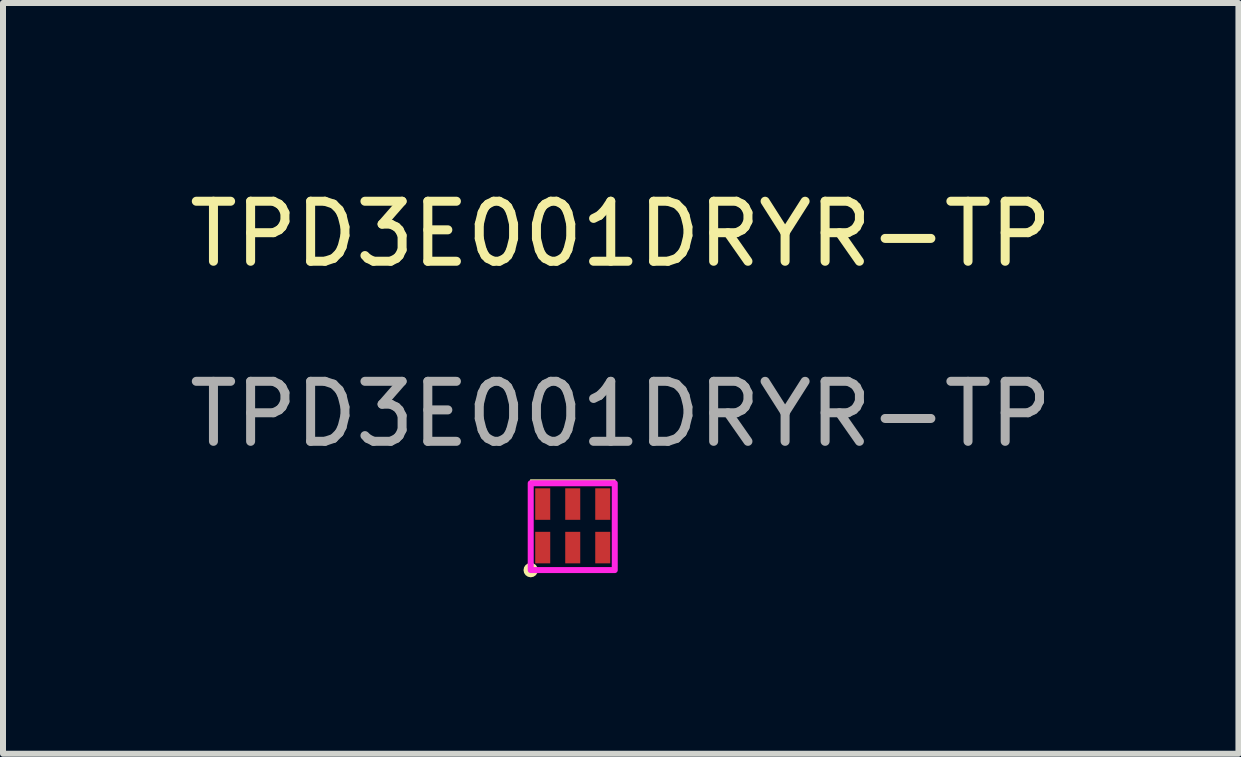
<source format=kicad_pcb>
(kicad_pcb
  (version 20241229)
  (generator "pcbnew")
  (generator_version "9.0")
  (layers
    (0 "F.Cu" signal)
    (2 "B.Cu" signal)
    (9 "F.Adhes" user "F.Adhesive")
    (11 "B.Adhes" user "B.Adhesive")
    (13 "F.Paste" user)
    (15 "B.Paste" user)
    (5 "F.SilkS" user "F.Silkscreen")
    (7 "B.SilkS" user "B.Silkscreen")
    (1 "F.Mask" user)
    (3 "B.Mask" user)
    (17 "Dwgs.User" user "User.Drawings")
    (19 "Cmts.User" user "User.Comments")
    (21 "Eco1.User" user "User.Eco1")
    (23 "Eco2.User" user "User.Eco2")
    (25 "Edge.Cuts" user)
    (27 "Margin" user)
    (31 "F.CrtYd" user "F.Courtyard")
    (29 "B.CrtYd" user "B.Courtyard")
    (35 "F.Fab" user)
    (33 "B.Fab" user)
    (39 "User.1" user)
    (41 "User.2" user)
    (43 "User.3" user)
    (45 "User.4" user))
  (footprint "TPD3E001DRYR-TP"
    (layer "F.Cu")
    (at 6.492 5.723)
    (property "Reference" "TPD3E001DRYR-TP" (at 0.8 -4.875 0) (unlocked yes) (layer "F.SilkS") (effects (font (size 1 1) (thickness 0.15))))
    (attr smd)
    (fp_rect (start -0.7 0.725) (end 0.7 -0.775) (stroke (width 0.025) (type solid)) (fill no) (layer "F.SilkS"))
    (fp_circle (center -0.7 0.725) (end -0.7 0.725) (stroke (width 0.12) (type solid)) (fill no) (layer "F.SilkS"))
    (fp_rect (start -0.7 -0.722) (end 0.7 0.725) (stroke (width 0.1) (type solid)) (fill no) (layer "F.CrtYd"))
    (fp_text user "${REFERENCE}" (at 0.8 -1.875 0) (unlocked yes) (layer "F.Fab") (effects (font (size 1 1) (thickness 0.15))))
    (pad "1" smd rect (at -0.5 0.35) (size 0.25 0.525) (layers "F.Cu" "F.Mask" "F.Paste"))
    (pad "2" smd rect (at 0 0.35) (size 0.25 0.525) (layers "F.Cu" "F.Mask" "F.Paste"))
    (pad "3" smd rect (at 0.5 0.35) (size 0.25 0.525) (layers "F.Cu" "F.Mask" "F.Paste"))
    (pad "4" smd rect (at 0.5 -0.375) (size 0.25 0.525) (layers "F.Cu" "F.Mask" "F.Paste"))
    (pad "5" smd rect (at 0 -0.375) (size 0.25 0.525) (layers "F.Cu" "F.Mask" "F.Paste"))
    (pad "6" smd rect (at -0.5 -0.375) (size 0.25 0.525) (layers "F.Cu" "F.Mask" "F.Paste")))
  (gr_rect
    (start -3 -3)
    (end 17.583 9.508)
    (stroke (width 0.1) (type default))
    (fill no)
    (layer "Edge.Cuts")))
</source>
